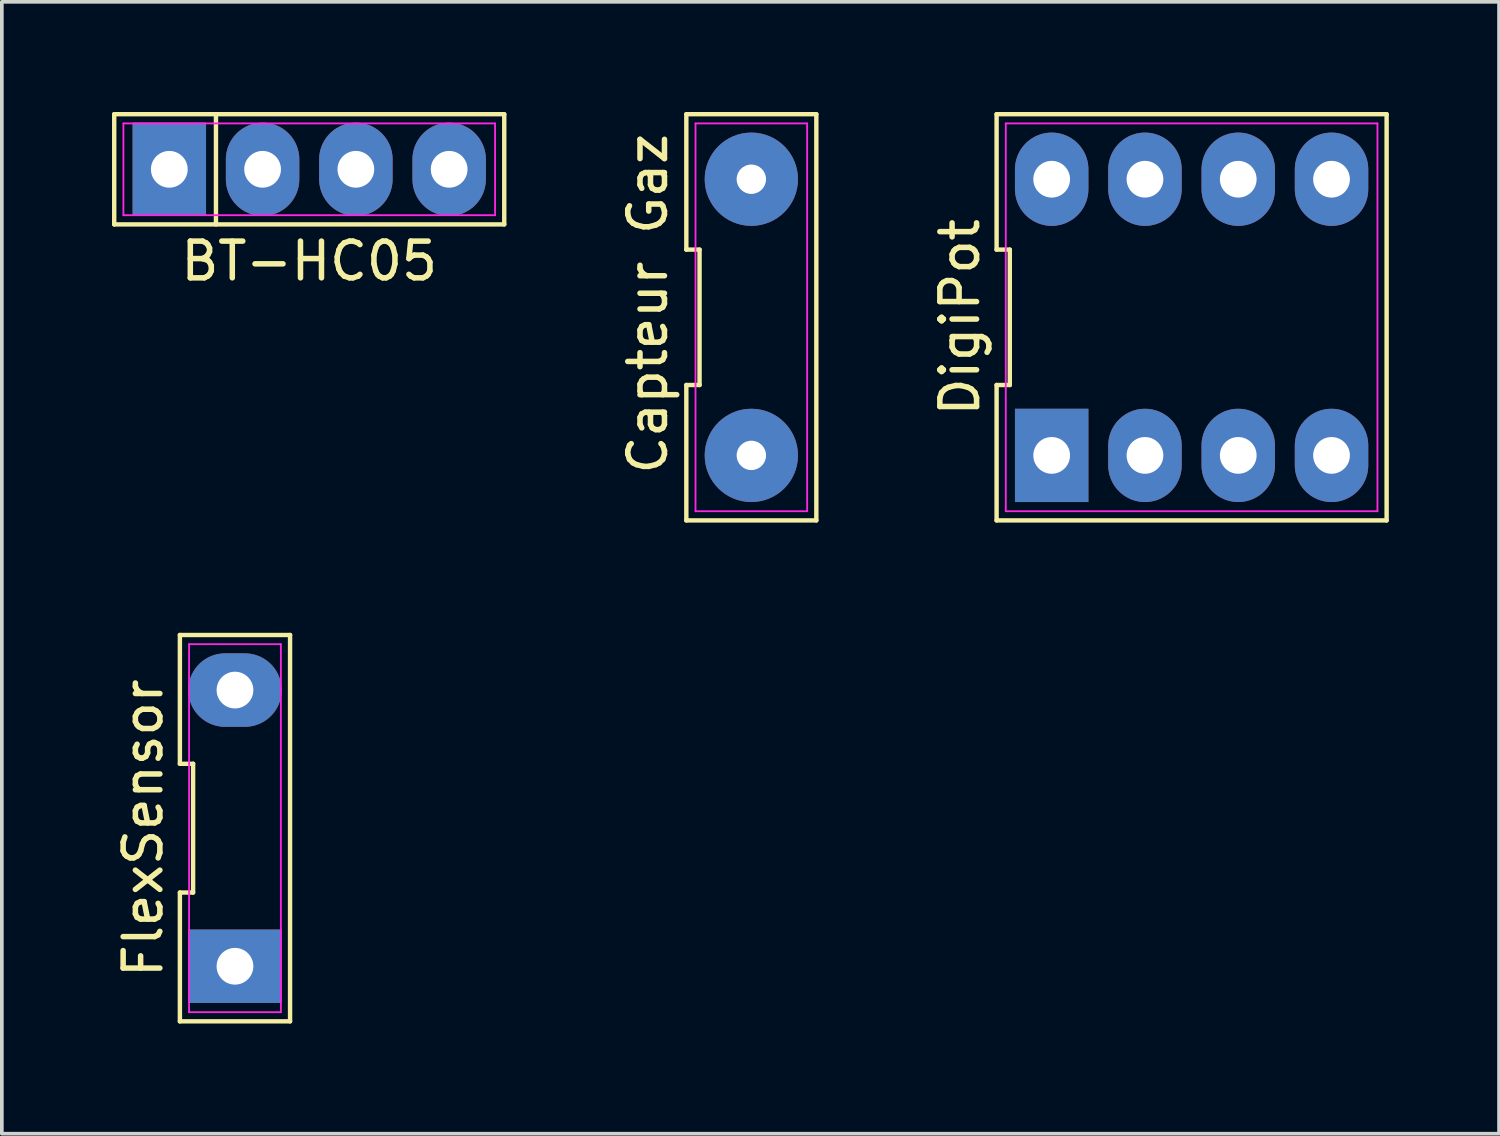
<source format=kicad_pcb>
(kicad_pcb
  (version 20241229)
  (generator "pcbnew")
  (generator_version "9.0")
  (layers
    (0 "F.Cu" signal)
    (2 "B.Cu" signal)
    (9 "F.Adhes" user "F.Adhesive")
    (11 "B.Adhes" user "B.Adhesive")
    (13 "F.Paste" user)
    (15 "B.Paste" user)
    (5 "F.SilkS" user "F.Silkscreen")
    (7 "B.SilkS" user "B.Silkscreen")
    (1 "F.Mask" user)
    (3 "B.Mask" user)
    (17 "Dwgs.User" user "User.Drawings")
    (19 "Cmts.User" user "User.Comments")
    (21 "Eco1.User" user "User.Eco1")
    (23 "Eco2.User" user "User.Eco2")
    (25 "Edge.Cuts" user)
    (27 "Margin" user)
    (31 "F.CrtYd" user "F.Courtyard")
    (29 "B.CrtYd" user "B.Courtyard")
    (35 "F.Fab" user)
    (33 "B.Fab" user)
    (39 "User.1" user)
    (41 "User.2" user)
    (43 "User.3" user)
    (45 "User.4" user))
  (footprint "FlexSensor"
    (layer "F.Cu")
    (at 3.348 19.5)
    (property "Reference" "FlexSensor" (at -2.5 0 90) (unlocked yes) (layer "F.SilkS") (effects (font (size 1 1) (thickness 0.15))))
    (attr through_hole)
    (fp_line (start -1.5 -1.753) (end -1.14 -1.753) (stroke (width 0.12) (type default)) (layer "F.SilkS"))
    (fp_line (start -1.5 1.753) (end -1.5 5.26) (stroke (width 0.12) (type default)) (layer "F.SilkS"))
    (fp_line (start -1.5 5.26) (end 1.5 5.26) (stroke (width 0.12) (type default)) (layer "F.SilkS"))
    (fp_line (start -1.5 -5.26) (end -1.5 -1.753) (stroke (width 0.12) (type default)) (layer "F.SilkS"))
    (fp_line (start -1.14 -1.753) (end -1.14 1.753) (stroke (width 0.12) (type default)) (layer "F.SilkS"))
    (fp_line (start -1.14 1.753) (end -1.5 1.753) (stroke (width 0.12) (type default)) (layer "F.SilkS"))
    (fp_line (start 1.5 5.26) (end 1.5 -5.26) (stroke (width 0.12) (type default)) (layer "F.SilkS"))
    (fp_line (start 1.5 -5.26) (end -1.5 -5.26) (stroke (width 0.12) (type default)) (layer "F.SilkS"))
    (fp_line (start -1.25 -5.01) (end 1.25 -5.01) (stroke (width 0.05) (type default)) (layer "F.CrtYd"))
    (fp_line (start -1.25 5.01) (end -1.25 -5.01) (stroke (width 0.05) (type default)) (layer "F.CrtYd"))
    (fp_line (start 1.25 -5.01) (end 1.25 5.01) (stroke (width 0.05) (type default)) (layer "F.CrtYd"))
    (fp_line (start 1.25 5.01) (end -1.25 5.01) (stroke (width 0.05) (type default)) (layer "F.CrtYd"))
    (pad "1" thru_hole rect (at 0 3.76) (size 2.54 2) (drill 1) (layers "*.Cu" "*.Mask"))
    (pad "2" thru_hole oval (at 0 -3.76) (size 2.54 2) (drill 1) (layers "*.Cu" "*.Mask" "B.Adhes")))
  (footprint "Capteur Gaz"
    (layer "F.Cu")
    (at 17.408 5.59)
    (property "Reference" "Capteur Gaz" (at -2.82 -0.37 90) (unlocked yes) (layer "F.SilkS") (effects (font (size 1 1) (thickness 0.15))))
    (attr through_hole)
    (fp_line (start -1.77 -1.843) (end -1.41 -1.843) (stroke (width 0.12) (type default)) (layer "F.SilkS"))
    (fp_line (start -1.77 1.843) (end -1.77 5.53) (stroke (width 0.12) (type default)) (layer "F.SilkS"))
    (fp_line (start -1.77 5.53) (end 1.77 5.53) (stroke (width 0.12) (type default)) (layer "F.SilkS"))
    (fp_line (start -1.77 -5.53) (end -1.77 -1.843) (stroke (width 0.12) (type default)) (layer "F.SilkS"))
    (fp_line (start -1.41 -1.843) (end -1.41 1.843) (stroke (width 0.12) (type default)) (layer "F.SilkS"))
    (fp_line (start -1.41 1.843) (end -1.77 1.843) (stroke (width 0.12) (type default)) (layer "F.SilkS"))
    (fp_line (start 1.77 5.53) (end 1.77 -5.53) (stroke (width 0.12) (type default)) (layer "F.SilkS"))
    (fp_line (start 1.77 -5.53) (end -1.77 -5.53) (stroke (width 0.12) (type default)) (layer "F.SilkS"))
    (fp_line (start -1.52 -5.28) (end 1.52 -5.28) (stroke (width 0.05) (type default)) (layer "F.CrtYd"))
    (fp_line (start -1.52 5.28) (end -1.52 -5.28) (stroke (width 0.05) (type default)) (layer "F.CrtYd"))
    (fp_line (start 1.52 -5.28) (end 1.52 5.28) (stroke (width 0.05) (type default)) (layer "F.CrtYd"))
    (fp_line (start 1.52 5.28) (end -1.52 5.28) (stroke (width 0.05) (type default)) (layer "F.CrtYd"))
    (pad "1" thru_hole circle (at 0 3.76) (size 2.54 2.54) (drill 0.8) (layers "*.Cu" "*.Mask"))
    (pad "2" thru_hole circle (at 0 -3.76) (size 2.54 2.54) (drill 0.8) (layers "*.Cu" "*.Mask")))
  (footprint "BT-HC05"
    (layer "F.Cu")
    (at 5.37 1.56)
    (property "Reference" "BT-HC05" (at 0 2.5 0) (unlocked yes) (layer "F.SilkS") (effects (font (size 1 1) (thickness 0.15))))
    (attr through_hole)
    (fp_line (start -5.31 -1.5) (end 5.31 -1.5) (stroke (width 0.12) (type default)) (layer "F.SilkS"))
    (fp_line (start -5.31 1.5) (end -5.31 -1.5) (stroke (width 0.12) (type default)) (layer "F.SilkS"))
    (fp_line (start -2.54 -1.5) (end -2.54 1.5) (stroke (width 0.12) (type default)) (layer "F.SilkS"))
    (fp_line (start 5.31 -1.5) (end 5.31 1.5) (stroke (width 0.12) (type default)) (layer "F.SilkS"))
    (fp_line (start 5.31 1.5) (end -5.31 1.5) (stroke (width 0.12) (type default)) (layer "F.SilkS"))
    (fp_line (start -5.06 -1.25) (end 5.06 -1.25) (stroke (width 0.05) (type default)) (layer "F.CrtYd"))
    (fp_line (start -5.06 1.25) (end -5.06 -1.25) (stroke (width 0.05) (type default)) (layer "F.CrtYd"))
    (fp_line (start 5.06 -1.25) (end 5.06 1.25) (stroke (width 0.05) (type default)) (layer "F.CrtYd"))
    (fp_line (start 5.06 1.25) (end -5.06 1.25) (stroke (width 0.05) (type default)) (layer "F.CrtYd"))
    (pad "1" thru_hole rect (at -3.81 0) (size 2 2.54) (drill 1) (layers "*.Cu" "*.Mask"))
    (pad "2" thru_hole oval (at -1.27 0) (size 2 2.54) (drill 1) (layers "*.Cu" "*.Mask"))
    (pad "3" thru_hole oval (at 1.27 0) (size 2 2.54) (drill 1) (layers "*.Cu" "*.Mask"))
    (pad "4" thru_hole oval (at 3.81 0) (size 2 2.54) (drill 1) (layers "*.Cu" "*.Mask")))
  (footprint "DigiPot"
    (layer "F.Cu")
    (at 29.396 5.59)
    (property "Reference" "DigiPot" (at -6.31 0 90) (unlocked yes) (layer "F.SilkS") (effects (font (size 1 1) (thickness 0.15))))
    (attr through_hole)
    (fp_line (start -5.31 -5.53) (end -5.31 -1.843) (stroke (width 0.12) (type default)) (layer "F.SilkS"))
    (fp_line (start -5.31 -1.843) (end -4.95 -1.843) (stroke (width 0.12) (type default)) (layer "F.SilkS"))
    (fp_line (start -5.31 1.843) (end -5.31 5.53) (stroke (width 0.12) (type default)) (layer "F.SilkS"))
    (fp_line (start -5.31 5.53) (end 5.31 5.53) (stroke (width 0.12) (type default)) (layer "F.SilkS"))
    (fp_line (start -4.95 -1.843) (end -4.95 1.843) (stroke (width 0.12) (type default)) (layer "F.SilkS"))
    (fp_line (start -4.95 1.843) (end -5.31 1.843) (stroke (width 0.12) (type default)) (layer "F.SilkS"))
    (fp_line (start 5.31 -5.53) (end -5.31 -5.53) (stroke (width 0.12) (type default)) (layer "F.SilkS"))
    (fp_line (start 5.31 5.53) (end 5.31 -5.53) (stroke (width 0.12) (type default)) (layer "F.SilkS"))
    (fp_line (start -5.06 -5.28) (end 5.06 -5.28) (stroke (width 0.05) (type default)) (layer "F.CrtYd"))
    (fp_line (start -5.06 5.28) (end -5.06 -5.28) (stroke (width 0.05) (type default)) (layer "F.CrtYd"))
    (fp_line (start 5.06 -5.28) (end 5.06 5.28) (stroke (width 0.05) (type default)) (layer "F.CrtYd"))
    (fp_line (start 5.06 5.28) (end -5.06 5.28) (stroke (width 0.05) (type default)) (layer "F.CrtYd"))
    (pad "1" thru_hole rect (at -3.81 3.76) (size 2 2.54) (drill 1) (layers "*.Cu" "*.Mask"))
    (pad "2" thru_hole oval (at -1.27 3.76) (size 2 2.54) (drill 1) (layers "*.Cu" "*.Mask"))
    (pad "3" thru_hole oval (at 1.27 3.76) (size 2 2.54) (drill 1) (layers "*.Cu" "*.Mask"))
    (pad "4" thru_hole oval (at 3.81 3.76) (size 2 2.54) (drill 1) (layers "*.Cu" "*.Mask"))
    (pad "5" thru_hole oval (at 3.81 -3.76) (size 2 2.54) (drill 1) (layers "*.Cu" "*.Mask"))
    (pad "6" thru_hole oval (at 1.27 -3.76) (size 2 2.54) (drill 1) (layers "*.Cu" "*.Mask"))
    (pad "7" thru_hole oval (at -1.27 -3.76) (size 2 2.54) (drill 1) (layers "*.Cu" "*.Mask"))
    (pad "8" thru_hole oval (at -3.81 -3.76) (size 2 2.54) (drill 1) (layers "*.Cu" "*.Mask")))
  (gr_rect
    (start -3 -3)
    (end 37.767 27.82)
    (stroke (width 0.1) (type default))
    (fill no)
    (layer "Edge.Cuts")))
</source>
